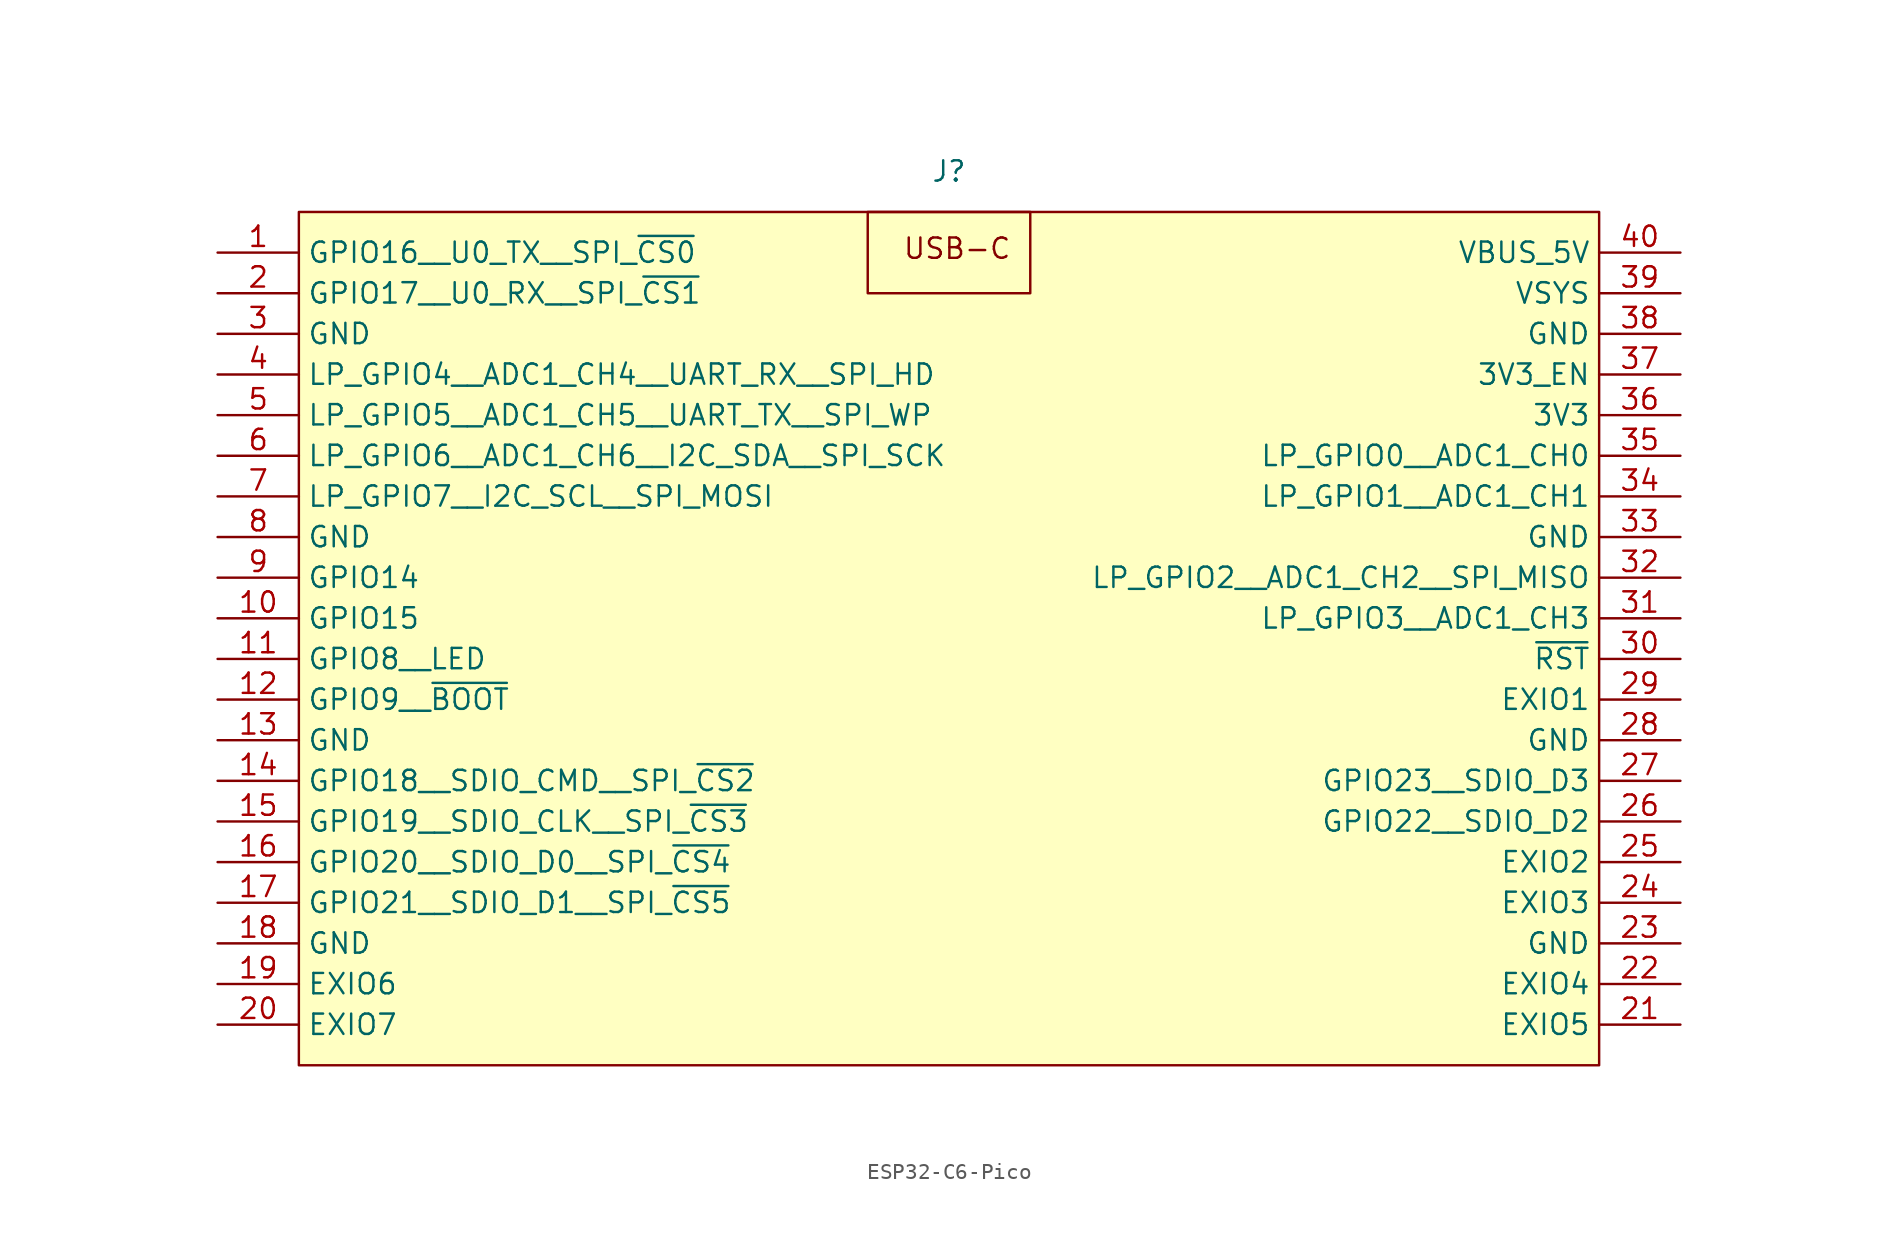
<source format=kicad_sym>
(kicad_symbol_lib
  (version 20231120)
  (generator "kicad_symbol_editor")
  (generator_version "8.0")
  (symbol "ESP32-C6-Pico"
    (property "Reference" "J"
      (at 0 0 0)
      (effects (font (size 1.27 1.27))))
    (property "Value" ""
      (at 0 0 0)
      (effects (font (size 1.27 1.27))))
    (symbol "ESP32-C6-Pico_1_0"
      (pin passive line (at -45.72 -35.56 0) (length 5.08) (name "GND" (effects (font (size 1.27 1.27)))) (number "13" (effects (font (size 1.27 1.27)))))
      (pin passive line (at -45.72 -48.26 0) (length 5.08) (name "GND" (effects (font (size 1.27 1.27)))) (number "18" (effects (font (size 1.27 1.27)))))
      (pin bidirectional line (at -45.72 -50.8 0) (length 5.08) (name "EXIO6" (effects (font (size 1.27 1.27)))) (number "19" (effects (font (size 1.27 1.27)))))
      (pin bidirectional line (at -45.72 -7.62 0) (length 5.08) (name "GPIO17__U0_RX__SPI_~{CS1}" (effects (font (size 1.27 1.27)))) (number "2" (effects (font (size 1.27 1.27)))))
      (pin bidirectional line (at -45.72 -53.34 0) (length 5.08) (name "EXIO7" (effects (font (size 1.27 1.27)))) (number "20" (effects (font (size 1.27 1.27)))))
      (pin bidirectional line (at 45.72 -53.34 180) (length 5.08) (name "EXIO5" (effects (font (size 1.27 1.27)))) (number "21" (effects (font (size 1.27 1.27)))))
      (pin bidirectional line (at 45.72 -50.8 180) (length 5.08) (name "EXIO4" (effects (font (size 1.27 1.27)))) (number "22" (effects (font (size 1.27 1.27)))))
      (pin passive line (at 45.72 -48.26 180) (length 5.08) (name "GND" (effects (font (size 1.27 1.27)))) (number "23" (effects (font (size 1.27 1.27)))))
      (pin bidirectional line (at 45.72 -45.72 180) (length 5.08) (name "EXIO3" (effects (font (size 1.27 1.27)))) (number "24" (effects (font (size 1.27 1.27)))))
      (pin bidirectional line (at 45.72 -43.18 180) (length 5.08) (name "EXIO2" (effects (font (size 1.27 1.27)))) (number "25" (effects (font (size 1.27 1.27)))))
      (pin passive line (at 45.72 -35.56 180) (length 5.08) (name "GND" (effects (font (size 1.27 1.27)))) (number "28" (effects (font (size 1.27 1.27)))))
      (pin bidirectional line (at 45.72 -33.02 180) (length 5.08) (name "EXIO1" (effects (font (size 1.27 1.27)))) (number "29" (effects (font (size 1.27 1.27)))))
      (pin passive line (at -45.72 -10.16 0) (length 5.08) (name "GND" (effects (font (size 1.27 1.27)))) (number "3" (effects (font (size 1.27 1.27)))))
      (pin input line (at 45.72 -30.48 180) (length 5.08) (name "~{RST}" (effects (font (size 1.27 1.27)))) (number "30" (effects (font (size 1.27 1.27)))))
      (pin bidirectional line (at 45.72 -27.94 180) (length 5.08) (name "LP_GPIO3__ADC1_CH3" (effects (font (size 1.27 1.27)))) (number "31" (effects (font (size 1.27 1.27)))))
      (pin bidirectional line (at 45.72 -25.4 180) (length 5.08) (name "LP_GPIO2__ADC1_CH2__SPI_MISO" (effects (font (size 1.27 1.27)))) (number "32" (effects (font (size 1.27 1.27)))))
      (pin passive line (at 45.72 -22.86 180) (length 5.08) (name "GND" (effects (font (size 1.27 1.27)))) (number "33" (effects (font (size 1.27 1.27)))))
      (pin bidirectional line (at 45.72 -20.32 180) (length 5.08) (name "LP_GPIO1__ADC1_CH1" (effects (font (size 1.27 1.27)))) (number "34" (effects (font (size 1.27 1.27)))))
      (pin bidirectional line (at 45.72 -17.78 180) (length 5.08) (name "LP_GPIO0__ADC1_CH0" (effects (font (size 1.27 1.27)))) (number "35" (effects (font (size 1.27 1.27)))))
      (pin power_out line (at 45.72 -15.24 180) (length 5.08) (name "3V3" (effects (font (size 1.27 1.27)))) (number "36" (effects (font (size 1.27 1.27)))))
      (pin input line (at 45.72 -12.7 180) (length 5.08) (name "3V3_EN" (effects (font (size 1.27 1.27)))) (number "37" (effects (font (size 1.27 1.27)))))
      (pin passive line (at 45.72 -10.16 180) (length 5.08) (name "GND" (effects (font (size 1.27 1.27)))) (number "38" (effects (font (size 1.27 1.27)))))
      (pin power_in line (at 45.72 -7.62 180) (length 5.08) (name "VSYS" (effects (font (size 1.27 1.27)))) (number "39" (effects (font (size 1.27 1.27)))))
      (pin bidirectional line (at -45.72 -12.7 0) (length 5.08) (name "LP_GPIO4__ADC1_CH4__UART_RX__SPI_HD" (effects (font (size 1.27 1.27)))) (number "4" (effects (font (size 1.27 1.27)))))
      (pin power_out line (at 45.72 -5.08 180) (length 5.08) (name "VBUS_5V" (effects (font (size 1.27 1.27)))) (number "40" (effects (font (size 1.27 1.27)))))
      (pin bidirectional line (at -45.72 -15.24 0) (length 5.08) (name "LP_GPIO5__ADC1_CH5__UART_TX__SPI_WP" (effects (font (size 1.27 1.27)))) (number "5" (effects (font (size 1.27 1.27)))))
      (pin bidirectional line (at -45.72 -17.78 0) (length 5.08) (name "LP_GPIO6__ADC1_CH6__I2C_SDA__SPI_SCK" (effects (font (size 1.27 1.27)))) (number "6" (effects (font (size 1.27 1.27)))))
      (pin bidirectional line (at -45.72 -20.32 0) (length 5.08) (name "LP_GPIO7__I2C_SCL__SPI_MOSI" (effects (font (size 1.27 1.27)))) (number "7" (effects (font (size 1.27 1.27)))))
      (pin passive line (at -45.72 -22.86 0) (length 5.08) (name "GND" (effects (font (size 1.27 1.27)))) (number "8" (effects (font (size 1.27 1.27)))))
      (pin bidirectional line (at -45.72 -25.4 0) (length 5.08) (name "GPIO14" (effects (font (size 1.27 1.27)))) (number "9" (effects (font (size 1.27 1.27))))))
    (symbol "ESP32-C6-Pico_1_1"
      (rectangle (start -40.64 -2.54) (end 40.64 -55.88) (stroke (width 0) (type default)) (fill (type background)))
      (rectangle (start -5.08 -2.54) (end 5.08 -7.62) (stroke (width 0) (type default)) (fill (type none)))
      (text "USB-C" (at 0.508 -4.826 0) (effects (font (size 1.27 1.27))))
      (pin bidirectional line (at -45.72 -5.08 0) (length 5.08) (name "GPIO16__U0_TX__SPI_~{CS0}" (effects (font (size 1.27 1.27)))) (number "1" (effects (font (size 1.27 1.27)))))
      (pin bidirectional line (at -45.72 -27.94 0) (length 5.08) (name "GPIO15" (effects (font (size 1.27 1.27)))) (number "10" (effects (font (size 1.27 1.27)))))
      (pin bidirectional line (at -45.72 -30.48 0) (length 5.08) (name "GPIO8__LED" (effects (font (size 1.27 1.27)))) (number "11" (effects (font (size 1.27 1.27)))))
      (pin bidirectional line (at -45.72 -33.02 0) (length 5.08) (name "GPIO9__~{BOOT}" (effects (font (size 1.27 1.27)))) (number "12" (effects (font (size 1.27 1.27)))))
      (pin bidirectional line (at -45.72 -38.1 0) (length 5.08) (name "GPIO18__SDIO_CMD__SPI_~{CS2}" (effects (font (size 1.27 1.27)))) (number "14" (effects (font (size 1.27 1.27)))))
      (pin bidirectional line (at -45.72 -40.64 0) (length 5.08) (name "GPIO19__SDIO_CLK__SPI_~{CS3}" (effects (font (size 1.27 1.27)))) (number "15" (effects (font (size 1.27 1.27)))))
      (pin bidirectional line (at -45.72 -43.18 0) (length 5.08) (name "GPIO20__SDIO_D0__SPI_~{CS4}" (effects (font (size 1.27 1.27)))) (number "16" (effects (font (size 1.27 1.27)))))
      (pin bidirectional line (at -45.72 -45.72 0) (length 5.08) (name "GPIO21__SDIO_D1__SPI_~{CS5}" (effects (font (size 1.27 1.27)))) (number "17" (effects (font (size 1.27 1.27)))))
      (pin bidirectional line (at 45.72 -40.64 180) (length 5.08) (name "GPIO22__SDIO_D2" (effects (font (size 1.27 1.27)))) (number "26" (effects (font (size 1.27 1.27)))))
      (pin bidirectional line (at 45.72 -38.1 180) (length 5.08) (name "GPIO23__SDIO_D3" (effects (font (size 1.27 1.27)))) (number "27" (effects (font (size 1.27 1.27))))))))
</source>
